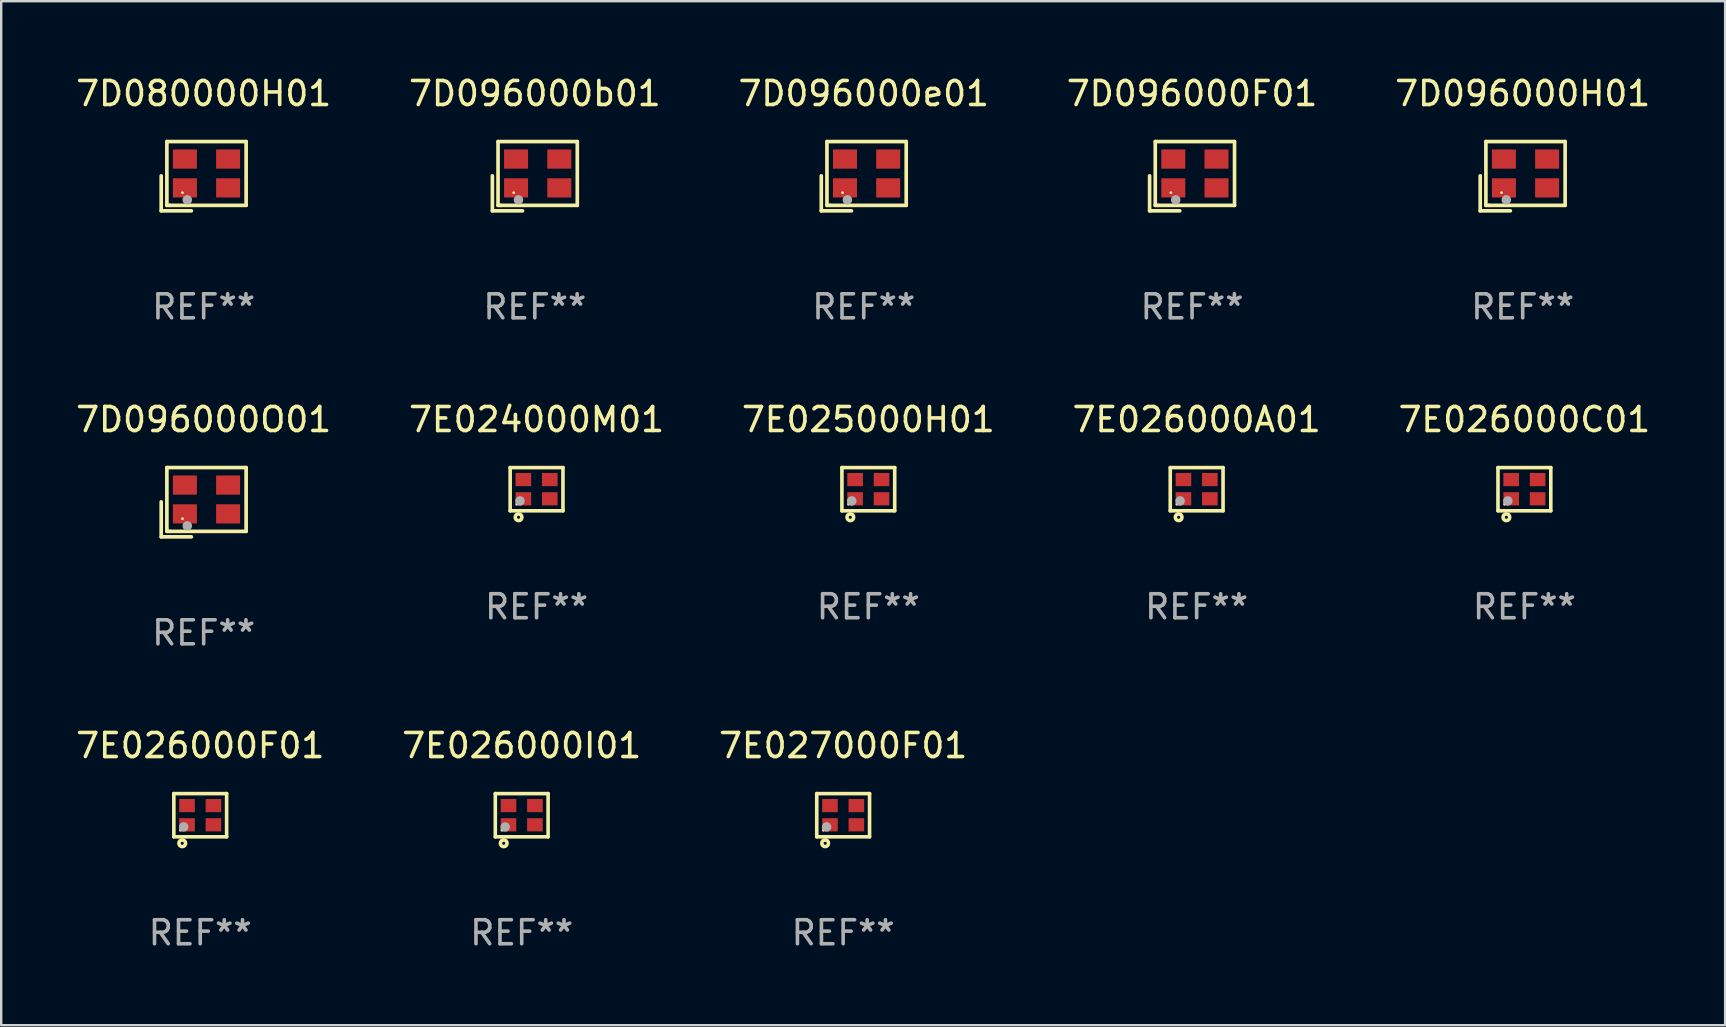
<source format=kicad_pcb>
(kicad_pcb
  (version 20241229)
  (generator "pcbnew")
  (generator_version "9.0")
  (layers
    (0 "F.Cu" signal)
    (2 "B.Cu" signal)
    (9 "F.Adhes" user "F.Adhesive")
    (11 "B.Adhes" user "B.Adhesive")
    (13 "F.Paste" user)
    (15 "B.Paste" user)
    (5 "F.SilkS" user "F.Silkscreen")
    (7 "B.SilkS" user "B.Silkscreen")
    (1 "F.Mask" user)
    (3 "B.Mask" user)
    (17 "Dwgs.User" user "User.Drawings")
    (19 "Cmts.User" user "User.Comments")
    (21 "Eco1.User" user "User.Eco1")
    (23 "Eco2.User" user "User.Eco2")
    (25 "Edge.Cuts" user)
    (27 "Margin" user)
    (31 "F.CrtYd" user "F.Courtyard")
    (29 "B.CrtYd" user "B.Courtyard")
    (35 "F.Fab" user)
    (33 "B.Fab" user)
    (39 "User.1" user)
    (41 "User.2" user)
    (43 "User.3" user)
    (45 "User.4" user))
  (footprint "7D080000H01"
    (layer "F.Cu")
    (at 5.435 4.291)
    (property "Reference" "7D080000H01" (at 0 -3.443 0) (layer "F.SilkS") (effects (font (size 1 1) (thickness 0.15))))
    (attr through_hole)
    (fp_line (start -1.769 -0.014) (end -1.769 1.443) (stroke (width 0.152) (type solid)) (layer "F.SilkS"))
    (fp_line (start -1.769 1.443) (end -0.512 1.443) (stroke (width 0.152) (type solid)) (layer "F.SilkS"))
    (fp_line (start -1.533 -1.443) (end 1.769 -1.443) (stroke (width 0.152) (type solid)) (layer "F.SilkS"))
    (fp_line (start -1.533 1.214) (end -1.533 -1.443) (stroke (width 0.152) (type solid)) (layer "F.SilkS"))
    (fp_line (start -1.411 1.214) (end -1.533 1.214) (stroke (width 0.152) (type solid)) (layer "F.SilkS"))
    (fp_line (start 1.769 -1.443) (end 1.769 1.214) (stroke (width 0.152) (type solid)) (layer "F.SilkS"))
    (fp_line (start 1.769 1.214) (end -1.411 1.214) (stroke (width 0.152) (type solid)) (layer "F.SilkS"))
    (fp_circle (center -0.882 0.686) (end -0.852 0.686) (stroke (width 0.06) (type solid)) (fill no) (layer "F.SilkS"))
    (fp_circle (center -0.682 0.986) (end -0.582 0.986) (stroke (width 0.2) (type solid)) (fill no) (layer "F.Fab"))
    (fp_text user "REF**" (at 0 5.443 0) (layer "F.Fab") (effects (font (size 1 1) (thickness 0.15))))
    (pad "1" smd rect (at -0.782 0.486 90) (size 0.8 1) (layers "F.Cu" "F.Mask" "F.Paste"))
    (pad "2" smd rect (at 1.018 0.486 90) (size 0.8 1) (layers "F.Cu" "F.Mask" "F.Paste"))
    (pad "3" smd rect (at 1.018 -0.714 90) (size 0.8 1) (layers "F.Cu" "F.Mask" "F.Paste"))
    (pad "4" smd rect (at -0.782 -0.714 90) (size 0.8 1) (layers "F.Cu" "F.Mask" "F.Paste")))
  (footprint "7D096000O01"
    (layer "F.Cu")
    (at 5.435 17.873)
    (property "Reference" "7D096000O01" (at 0 -3.443 0) (layer "F.SilkS") (effects (font (size 1 1) (thickness 0.15))))
    (attr through_hole)
    (fp_line (start -1.769 -0.014) (end -1.769 1.443) (stroke (width 0.152) (type solid)) (layer "F.SilkS"))
    (fp_line (start -1.769 1.443) (end -0.512 1.443) (stroke (width 0.152) (type solid)) (layer "F.SilkS"))
    (fp_line (start -1.533 -1.443) (end 1.769 -1.443) (stroke (width 0.152) (type solid)) (layer "F.SilkS"))
    (fp_line (start -1.533 1.214) (end -1.533 -1.443) (stroke (width 0.152) (type solid)) (layer "F.SilkS"))
    (fp_line (start -1.411 1.214) (end -1.533 1.214) (stroke (width 0.152) (type solid)) (layer "F.SilkS"))
    (fp_line (start 1.769 -1.443) (end 1.769 1.214) (stroke (width 0.152) (type solid)) (layer "F.SilkS"))
    (fp_line (start 1.769 1.214) (end -1.411 1.214) (stroke (width 0.152) (type solid)) (layer "F.SilkS"))
    (fp_circle (center -0.882 0.686) (end -0.852 0.686) (stroke (width 0.06) (type solid)) (fill no) (layer "F.SilkS"))
    (fp_circle (center -0.682 0.986) (end -0.582 0.986) (stroke (width 0.2) (type solid)) (fill no) (layer "F.Fab"))
    (fp_text user "REF**" (at 0 5.443 0) (layer "F.Fab") (effects (font (size 1 1) (thickness 0.15))))
    (pad "1" smd rect (at -0.782 0.486 90) (size 0.8 1) (layers "F.Cu" "F.Mask" "F.Paste"))
    (pad "2" smd rect (at 1.018 0.486 90) (size 0.8 1) (layers "F.Cu" "F.Mask" "F.Paste"))
    (pad "3" smd rect (at 1.018 -0.714 90) (size 0.8 1) (layers "F.Cu" "F.Mask" "F.Paste"))
    (pad "4" smd rect (at -0.782 -0.714 90) (size 0.8 1) (layers "F.Cu" "F.Mask" "F.Paste")))
  (footprint "7D096000H01"
    (layer "F.Cu")
    (at 60.387 4.291)
    (property "Reference" "7D096000H01" (at 0 -3.443 0) (layer "F.SilkS") (effects (font (size 1 1) (thickness 0.15))))
    (attr through_hole)
    (fp_line (start -1.769 -0.014) (end -1.769 1.443) (stroke (width 0.152) (type solid)) (layer "F.SilkS"))
    (fp_line (start -1.769 1.443) (end -0.512 1.443) (stroke (width 0.152) (type solid)) (layer "F.SilkS"))
    (fp_line (start -1.533 -1.443) (end 1.769 -1.443) (stroke (width 0.152) (type solid)) (layer "F.SilkS"))
    (fp_line (start -1.533 1.214) (end -1.533 -1.443) (stroke (width 0.152) (type solid)) (layer "F.SilkS"))
    (fp_line (start -1.411 1.214) (end -1.533 1.214) (stroke (width 0.152) (type solid)) (layer "F.SilkS"))
    (fp_line (start 1.769 -1.443) (end 1.769 1.214) (stroke (width 0.152) (type solid)) (layer "F.SilkS"))
    (fp_line (start 1.769 1.214) (end -1.411 1.214) (stroke (width 0.152) (type solid)) (layer "F.SilkS"))
    (fp_circle (center -0.882 0.686) (end -0.852 0.686) (stroke (width 0.06) (type solid)) (fill no) (layer "F.SilkS"))
    (fp_circle (center -0.682 0.986) (end -0.582 0.986) (stroke (width 0.2) (type solid)) (fill no) (layer "F.Fab"))
    (fp_text user "REF**" (at 0 5.443 0) (layer "F.Fab") (effects (font (size 1 1) (thickness 0.15))))
    (pad "1" smd rect (at -0.782 0.486 90) (size 0.8 1) (layers "F.Cu" "F.Mask" "F.Paste"))
    (pad "2" smd rect (at 1.018 0.486 90) (size 0.8 1) (layers "F.Cu" "F.Mask" "F.Paste"))
    (pad "3" smd rect (at 1.018 -0.714 90) (size 0.8 1) (layers "F.Cu" "F.Mask" "F.Paste"))
    (pad "4" smd rect (at -0.782 -0.714 90) (size 0.8 1) (layers "F.Cu" "F.Mask" "F.Paste")))
  (footprint "7E025000H01"
    (layer "F.Cu")
    (at 33.125 17.33)
    (property "Reference" "7E025000H01" (at 0 -2.9 0) (layer "F.SilkS") (effects (font (size 1 1) (thickness 0.15))))
    (attr through_hole)
    (fp_line (start -1.1 -0.9) (end -1.1 0.9) (stroke (width 0.15) (type solid)) (layer "F.SilkS"))
    (fp_line (start -1.1 -0.9) (end 1.1 -0.9) (stroke (width 0.15) (type solid)) (layer "F.SilkS"))
    (fp_line (start -1.1 0.9) (end 1.1 0.9) (stroke (width 0.15) (type solid)) (layer "F.SilkS"))
    (fp_line (start 1.1 -0.9) (end 1.1 0.9) (stroke (width 0.15) (type solid)) (layer "F.SilkS"))
    (fp_circle (center -0.825 0.625) (end -0.795 0.625) (stroke (width 0.06) (type solid)) (fill no) (layer "F.SilkS"))
    (fp_circle (center -0.75 1.17) (end -0.686 1.17) (stroke (width 0.15) (type solid)) (fill no) (layer "F.SilkS"))
    (fp_circle (center -0.69 0.49) (end -0.59 0.49) (stroke (width 0.2) (type solid)) (fill no) (layer "F.Fab"))
    (fp_text user "REF**" (at 0 4.9 0) (layer "F.Fab") (effects (font (size 1 1) (thickness 0.15))))
    (pad "1" smd rect (at -0.55 0.4) (size 0.65 0.55) (layers "F.Cu" "F.Mask" "F.Paste"))
    (pad "2" smd rect (at 0.55 0.4) (size 0.65 0.55) (layers "F.Cu" "F.Mask" "F.Paste"))
    (pad "3" smd rect (at 0.55 -0.4) (size 0.65 0.55) (layers "F.Cu" "F.Mask" "F.Paste"))
    (pad "4" smd rect (at -0.55 -0.4) (size 0.65 0.55) (layers "F.Cu" "F.Mask" "F.Paste")))
  (footprint "7E026000F01"
    (layer "F.Cu")
    (at 5.292 30.912)
    (property "Reference" "7E026000F01" (at 0 -2.9 0) (layer "F.SilkS") (effects (font (size 1 1) (thickness 0.15))))
    (attr through_hole)
    (fp_line (start -1.1 -0.9) (end -1.1 0.9) (stroke (width 0.15) (type solid)) (layer "F.SilkS"))
    (fp_line (start -1.1 -0.9) (end 1.1 -0.9) (stroke (width 0.15) (type solid)) (layer "F.SilkS"))
    (fp_line (start -1.1 0.9) (end 1.1 0.9) (stroke (width 0.15) (type solid)) (layer "F.SilkS"))
    (fp_line (start 1.1 -0.9) (end 1.1 0.9) (stroke (width 0.15) (type solid)) (layer "F.SilkS"))
    (fp_circle (center -0.825 0.625) (end -0.795 0.625) (stroke (width 0.06) (type solid)) (fill no) (layer "F.SilkS"))
    (fp_circle (center -0.75 1.17) (end -0.686 1.17) (stroke (width 0.15) (type solid)) (fill no) (layer "F.SilkS"))
    (fp_circle (center -0.69 0.49) (end -0.59 0.49) (stroke (width 0.2) (type solid)) (fill no) (layer "F.Fab"))
    (fp_text user "REF**" (at 0 4.9 0) (layer "F.Fab") (effects (font (size 1 1) (thickness 0.15))))
    (pad "1" smd rect (at -0.55 0.4) (size 0.65 0.55) (layers "F.Cu" "F.Mask" "F.Paste"))
    (pad "2" smd rect (at 0.55 0.4) (size 0.65 0.55) (layers "F.Cu" "F.Mask" "F.Paste"))
    (pad "3" smd rect (at 0.55 -0.4) (size 0.65 0.55) (layers "F.Cu" "F.Mask" "F.Paste"))
    (pad "4" smd rect (at -0.55 -0.4) (size 0.65 0.55) (layers "F.Cu" "F.Mask" "F.Paste")))
  (footprint "7E026000A01"
    (layer "F.Cu")
    (at 46.804 17.33)
    (property "Reference" "7E026000A01" (at 0 -2.9 0) (layer "F.SilkS") (effects (font (size 1 1) (thickness 0.15))))
    (attr through_hole)
    (fp_line (start -1.1 -0.9) (end -1.1 0.9) (stroke (width 0.15) (type solid)) (layer "F.SilkS"))
    (fp_line (start -1.1 -0.9) (end 1.1 -0.9) (stroke (width 0.15) (type solid)) (layer "F.SilkS"))
    (fp_line (start -1.1 0.9) (end 1.1 0.9) (stroke (width 0.15) (type solid)) (layer "F.SilkS"))
    (fp_line (start 1.1 -0.9) (end 1.1 0.9) (stroke (width 0.15) (type solid)) (layer "F.SilkS"))
    (fp_circle (center -0.825 0.625) (end -0.795 0.625) (stroke (width 0.06) (type solid)) (fill no) (layer "F.SilkS"))
    (fp_circle (center -0.75 1.17) (end -0.686 1.17) (stroke (width 0.15) (type solid)) (fill no) (layer "F.SilkS"))
    (fp_circle (center -0.69 0.49) (end -0.59 0.49) (stroke (width 0.2) (type solid)) (fill no) (layer "F.Fab"))
    (fp_text user "REF**" (at 0 4.9 0) (layer "F.Fab") (effects (font (size 1 1) (thickness 0.15))))
    (pad "1" smd rect (at -0.55 0.4) (size 0.65 0.55) (layers "F.Cu" "F.Mask" "F.Paste"))
    (pad "2" smd rect (at 0.55 0.4) (size 0.65 0.55) (layers "F.Cu" "F.Mask" "F.Paste"))
    (pad "3" smd rect (at 0.55 -0.4) (size 0.65 0.55) (layers "F.Cu" "F.Mask" "F.Paste"))
    (pad "4" smd rect (at -0.55 -0.4) (size 0.65 0.55) (layers "F.Cu" "F.Mask" "F.Paste")))
  (footprint "7E027000F01"
    (layer "F.Cu")
    (at 32.077 30.912)
    (property "Reference" "7E027000F01" (at 0 -2.9 0) (layer "F.SilkS") (effects (font (size 1 1) (thickness 0.15))))
    (attr through_hole)
    (fp_line (start -1.1 -0.9) (end -1.1 0.9) (stroke (width 0.15) (type solid)) (layer "F.SilkS"))
    (fp_line (start -1.1 -0.9) (end 1.1 -0.9) (stroke (width 0.15) (type solid)) (layer "F.SilkS"))
    (fp_line (start -1.1 0.9) (end 1.1 0.9) (stroke (width 0.15) (type solid)) (layer "F.SilkS"))
    (fp_line (start 1.1 -0.9) (end 1.1 0.9) (stroke (width 0.15) (type solid)) (layer "F.SilkS"))
    (fp_circle (center -0.825 0.625) (end -0.795 0.625) (stroke (width 0.06) (type solid)) (fill no) (layer "F.SilkS"))
    (fp_circle (center -0.75 1.17) (end -0.686 1.17) (stroke (width 0.15) (type solid)) (fill no) (layer "F.SilkS"))
    (fp_circle (center -0.69 0.49) (end -0.59 0.49) (stroke (width 0.2) (type solid)) (fill no) (layer "F.Fab"))
    (fp_text user "REF**" (at 0 4.9 0) (layer "F.Fab") (effects (font (size 1 1) (thickness 0.15))))
    (pad "1" smd rect (at -0.55 0.4) (size 0.65 0.55) (layers "F.Cu" "F.Mask" "F.Paste"))
    (pad "2" smd rect (at 0.55 0.4) (size 0.65 0.55) (layers "F.Cu" "F.Mask" "F.Paste"))
    (pad "3" smd rect (at 0.55 -0.4) (size 0.65 0.55) (layers "F.Cu" "F.Mask" "F.Paste"))
    (pad "4" smd rect (at -0.55 -0.4) (size 0.65 0.55) (layers "F.Cu" "F.Mask" "F.Paste")))
  (footprint "7D096000b01"
    (layer "F.Cu")
    (at 19.232 4.291)
    (property "Reference" "7D096000b01" (at 0 -3.443 0) (layer "F.SilkS") (effects (font (size 1 1) (thickness 0.15))))
    (attr through_hole)
    (fp_line (start -1.769 -0.014) (end -1.769 1.443) (stroke (width 0.152) (type solid)) (layer "F.SilkS"))
    (fp_line (start -1.769 1.443) (end -0.512 1.443) (stroke (width 0.152) (type solid)) (layer "F.SilkS"))
    (fp_line (start -1.533 -1.443) (end 1.769 -1.443) (stroke (width 0.152) (type solid)) (layer "F.SilkS"))
    (fp_line (start -1.533 1.214) (end -1.533 -1.443) (stroke (width 0.152) (type solid)) (layer "F.SilkS"))
    (fp_line (start -1.411 1.214) (end -1.533 1.214) (stroke (width 0.152) (type solid)) (layer "F.SilkS"))
    (fp_line (start 1.769 -1.443) (end 1.769 1.214) (stroke (width 0.152) (type solid)) (layer "F.SilkS"))
    (fp_line (start 1.769 1.214) (end -1.411 1.214) (stroke (width 0.152) (type solid)) (layer "F.SilkS"))
    (fp_circle (center -0.882 0.686) (end -0.852 0.686) (stroke (width 0.06) (type solid)) (fill no) (layer "F.SilkS"))
    (fp_circle (center -0.682 0.986) (end -0.582 0.986) (stroke (width 0.2) (type solid)) (fill no) (layer "F.Fab"))
    (fp_text user "REF**" (at 0 5.443 0) (layer "F.Fab") (effects (font (size 1 1) (thickness 0.15))))
    (pad "1" smd rect (at -0.782 0.486 90) (size 0.8 1) (layers "F.Cu" "F.Mask" "F.Paste"))
    (pad "2" smd rect (at 1.018 0.486 90) (size 0.8 1) (layers "F.Cu" "F.Mask" "F.Paste"))
    (pad "3" smd rect (at 1.018 -0.714 90) (size 0.8 1) (layers "F.Cu" "F.Mask" "F.Paste"))
    (pad "4" smd rect (at -0.782 -0.714 90) (size 0.8 1) (layers "F.Cu" "F.Mask" "F.Paste")))
  (footprint "7E026000I01"
    (layer "F.Cu")
    (at 18.685 30.912)
    (property "Reference" "7E026000I01" (at 0 -2.9 0) (layer "F.SilkS") (effects (font (size 1 1) (thickness 0.15))))
    (attr through_hole)
    (fp_line (start -1.1 -0.9) (end -1.1 0.9) (stroke (width 0.15) (type solid)) (layer "F.SilkS"))
    (fp_line (start -1.1 -0.9) (end 1.1 -0.9) (stroke (width 0.15) (type solid)) (layer "F.SilkS"))
    (fp_line (start -1.1 0.9) (end 1.1 0.9) (stroke (width 0.15) (type solid)) (layer "F.SilkS"))
    (fp_line (start 1.1 -0.9) (end 1.1 0.9) (stroke (width 0.15) (type solid)) (layer "F.SilkS"))
    (fp_circle (center -0.825 0.625) (end -0.795 0.625) (stroke (width 0.06) (type solid)) (fill no) (layer "F.SilkS"))
    (fp_circle (center -0.75 1.17) (end -0.686 1.17) (stroke (width 0.15) (type solid)) (fill no) (layer "F.SilkS"))
    (fp_circle (center -0.69 0.49) (end -0.59 0.49) (stroke (width 0.2) (type solid)) (fill no) (layer "F.Fab"))
    (fp_text user "REF**" (at 0 4.9 0) (layer "F.Fab") (effects (font (size 1 1) (thickness 0.15))))
    (pad "1" smd rect (at -0.55 0.4) (size 0.65 0.55) (layers "F.Cu" "F.Mask" "F.Paste"))
    (pad "2" smd rect (at 0.55 0.4) (size 0.65 0.55) (layers "F.Cu" "F.Mask" "F.Paste"))
    (pad "3" smd rect (at 0.55 -0.4) (size 0.65 0.55) (layers "F.Cu" "F.Mask" "F.Paste"))
    (pad "4" smd rect (at -0.55 -0.4) (size 0.65 0.55) (layers "F.Cu" "F.Mask" "F.Paste")))
  (footprint "7D096000e01"
    (layer "F.Cu")
    (at 32.935 4.291)
    (property "Reference" "7D096000e01" (at 0 -3.443 0) (layer "F.SilkS") (effects (font (size 1 1) (thickness 0.15))))
    (attr through_hole)
    (fp_line (start -1.769 -0.014) (end -1.769 1.443) (stroke (width 0.152) (type solid)) (layer "F.SilkS"))
    (fp_line (start -1.769 1.443) (end -0.512 1.443) (stroke (width 0.152) (type solid)) (layer "F.SilkS"))
    (fp_line (start -1.533 -1.443) (end 1.769 -1.443) (stroke (width 0.152) (type solid)) (layer "F.SilkS"))
    (fp_line (start -1.533 1.214) (end -1.533 -1.443) (stroke (width 0.152) (type solid)) (layer "F.SilkS"))
    (fp_line (start -1.411 1.214) (end -1.533 1.214) (stroke (width 0.152) (type solid)) (layer "F.SilkS"))
    (fp_line (start 1.769 -1.443) (end 1.769 1.214) (stroke (width 0.152) (type solid)) (layer "F.SilkS"))
    (fp_line (start 1.769 1.214) (end -1.411 1.214) (stroke (width 0.152) (type solid)) (layer "F.SilkS"))
    (fp_circle (center -0.882 0.686) (end -0.852 0.686) (stroke (width 0.06) (type solid)) (fill no) (layer "F.SilkS"))
    (fp_circle (center -0.682 0.986) (end -0.582 0.986) (stroke (width 0.2) (type solid)) (fill no) (layer "F.Fab"))
    (fp_text user "REF**" (at 0 5.443 0) (layer "F.Fab") (effects (font (size 1 1) (thickness 0.15))))
    (pad "1" smd rect (at -0.782 0.486 90) (size 0.8 1) (layers "F.Cu" "F.Mask" "F.Paste"))
    (pad "2" smd rect (at 1.018 0.486 90) (size 0.8 1) (layers "F.Cu" "F.Mask" "F.Paste"))
    (pad "3" smd rect (at 1.018 -0.714 90) (size 0.8 1) (layers "F.Cu" "F.Mask" "F.Paste"))
    (pad "4" smd rect (at -0.782 -0.714 90) (size 0.8 1) (layers "F.Cu" "F.Mask" "F.Paste")))
  (footprint "7E024000M01"
    (layer "F.Cu")
    (at 19.304 17.33)
    (property "Reference" "7E024000M01" (at 0 -2.9 0) (layer "F.SilkS") (effects (font (size 1 1) (thickness 0.15))))
    (attr through_hole)
    (fp_line (start -1.1 -0.9) (end -1.1 0.9) (stroke (width 0.15) (type solid)) (layer "F.SilkS"))
    (fp_line (start -1.1 -0.9) (end 1.1 -0.9) (stroke (width 0.15) (type solid)) (layer "F.SilkS"))
    (fp_line (start -1.1 0.9) (end 1.1 0.9) (stroke (width 0.15) (type solid)) (layer "F.SilkS"))
    (fp_line (start 1.1 -0.9) (end 1.1 0.9) (stroke (width 0.15) (type solid)) (layer "F.SilkS"))
    (fp_circle (center -0.825 0.625) (end -0.795 0.625) (stroke (width 0.06) (type solid)) (fill no) (layer "F.SilkS"))
    (fp_circle (center -0.75 1.17) (end -0.686 1.17) (stroke (width 0.15) (type solid)) (fill no) (layer "F.SilkS"))
    (fp_circle (center -0.69 0.49) (end -0.59 0.49) (stroke (width 0.2) (type solid)) (fill no) (layer "F.Fab"))
    (fp_text user "REF**" (at 0 4.9 0) (layer "F.Fab") (effects (font (size 1 1) (thickness 0.15))))
    (pad "1" smd rect (at -0.55 0.4) (size 0.65 0.55) (layers "F.Cu" "F.Mask" "F.Paste"))
    (pad "2" smd rect (at 0.55 0.4) (size 0.65 0.55) (layers "F.Cu" "F.Mask" "F.Paste"))
    (pad "3" smd rect (at 0.55 -0.4) (size 0.65 0.55) (layers "F.Cu" "F.Mask" "F.Paste"))
    (pad "4" smd rect (at -0.55 -0.4) (size 0.65 0.55) (layers "F.Cu" "F.Mask" "F.Paste")))
  (footprint "7D096000F01"
    (layer "F.Cu")
    (at 46.613 4.291)
    (property "Reference" "7D096000F01" (at 0 -3.443 0) (layer "F.SilkS") (effects (font (size 1 1) (thickness 0.15))))
    (attr through_hole)
    (fp_line (start -1.769 -0.014) (end -1.769 1.443) (stroke (width 0.152) (type solid)) (layer "F.SilkS"))
    (fp_line (start -1.769 1.443) (end -0.512 1.443) (stroke (width 0.152) (type solid)) (layer "F.SilkS"))
    (fp_line (start -1.533 -1.443) (end 1.769 -1.443) (stroke (width 0.152) (type solid)) (layer "F.SilkS"))
    (fp_line (start -1.533 1.214) (end -1.533 -1.443) (stroke (width 0.152) (type solid)) (layer "F.SilkS"))
    (fp_line (start -1.411 1.214) (end -1.533 1.214) (stroke (width 0.152) (type solid)) (layer "F.SilkS"))
    (fp_line (start 1.769 -1.443) (end 1.769 1.214) (stroke (width 0.152) (type solid)) (layer "F.SilkS"))
    (fp_line (start 1.769 1.214) (end -1.411 1.214) (stroke (width 0.152) (type solid)) (layer "F.SilkS"))
    (fp_circle (center -0.882 0.686) (end -0.852 0.686) (stroke (width 0.06) (type solid)) (fill no) (layer "F.SilkS"))
    (fp_circle (center -0.682 0.986) (end -0.582 0.986) (stroke (width 0.2) (type solid)) (fill no) (layer "F.Fab"))
    (fp_text user "REF**" (at 0 5.443 0) (layer "F.Fab") (effects (font (size 1 1) (thickness 0.15))))
    (pad "1" smd rect (at -0.782 0.486 90) (size 0.8 1) (layers "F.Cu" "F.Mask" "F.Paste"))
    (pad "2" smd rect (at 1.018 0.486 90) (size 0.8 1) (layers "F.Cu" "F.Mask" "F.Paste"))
    (pad "3" smd rect (at 1.018 -0.714 90) (size 0.8 1) (layers "F.Cu" "F.Mask" "F.Paste"))
    (pad "4" smd rect (at -0.782 -0.714 90) (size 0.8 1) (layers "F.Cu" "F.Mask" "F.Paste")))
  (footprint "7E026000C01"
    (layer "F.Cu")
    (at 60.458 17.33)
    (property "Reference" "7E026000C01" (at 0 -2.9 0) (layer "F.SilkS") (effects (font (size 1 1) (thickness 0.15))))
    (attr through_hole)
    (fp_line (start -1.1 -0.9) (end -1.1 0.9) (stroke (width 0.15) (type solid)) (layer "F.SilkS"))
    (fp_line (start -1.1 -0.9) (end 1.1 -0.9) (stroke (width 0.15) (type solid)) (layer "F.SilkS"))
    (fp_line (start -1.1 0.9) (end 1.1 0.9) (stroke (width 0.15) (type solid)) (layer "F.SilkS"))
    (fp_line (start 1.1 -0.9) (end 1.1 0.9) (stroke (width 0.15) (type solid)) (layer "F.SilkS"))
    (fp_circle (center -0.825 0.625) (end -0.795 0.625) (stroke (width 0.06) (type solid)) (fill no) (layer "F.SilkS"))
    (fp_circle (center -0.75 1.17) (end -0.686 1.17) (stroke (width 0.15) (type solid)) (fill no) (layer "F.SilkS"))
    (fp_circle (center -0.69 0.49) (end -0.59 0.49) (stroke (width 0.2) (type solid)) (fill no) (layer "F.Fab"))
    (fp_text user "REF**" (at 0 4.9 0) (layer "F.Fab") (effects (font (size 1 1) (thickness 0.15))))
    (pad "1" smd rect (at -0.55 0.4) (size 0.65 0.55) (layers "F.Cu" "F.Mask" "F.Paste"))
    (pad "2" smd rect (at 0.55 0.4) (size 0.65 0.55) (layers "F.Cu" "F.Mask" "F.Paste"))
    (pad "3" smd rect (at 0.55 -0.4) (size 0.65 0.55) (layers "F.Cu" "F.Mask" "F.Paste"))
    (pad "4" smd rect (at -0.55 -0.4) (size 0.65 0.55) (layers "F.Cu" "F.Mask" "F.Paste")))
  (gr_rect
    (start -3 -3)
    (end 68.821 39.661)
    (stroke (width 0.1) (type default))
    (fill no)
    (layer "Edge.Cuts")))
</source>
